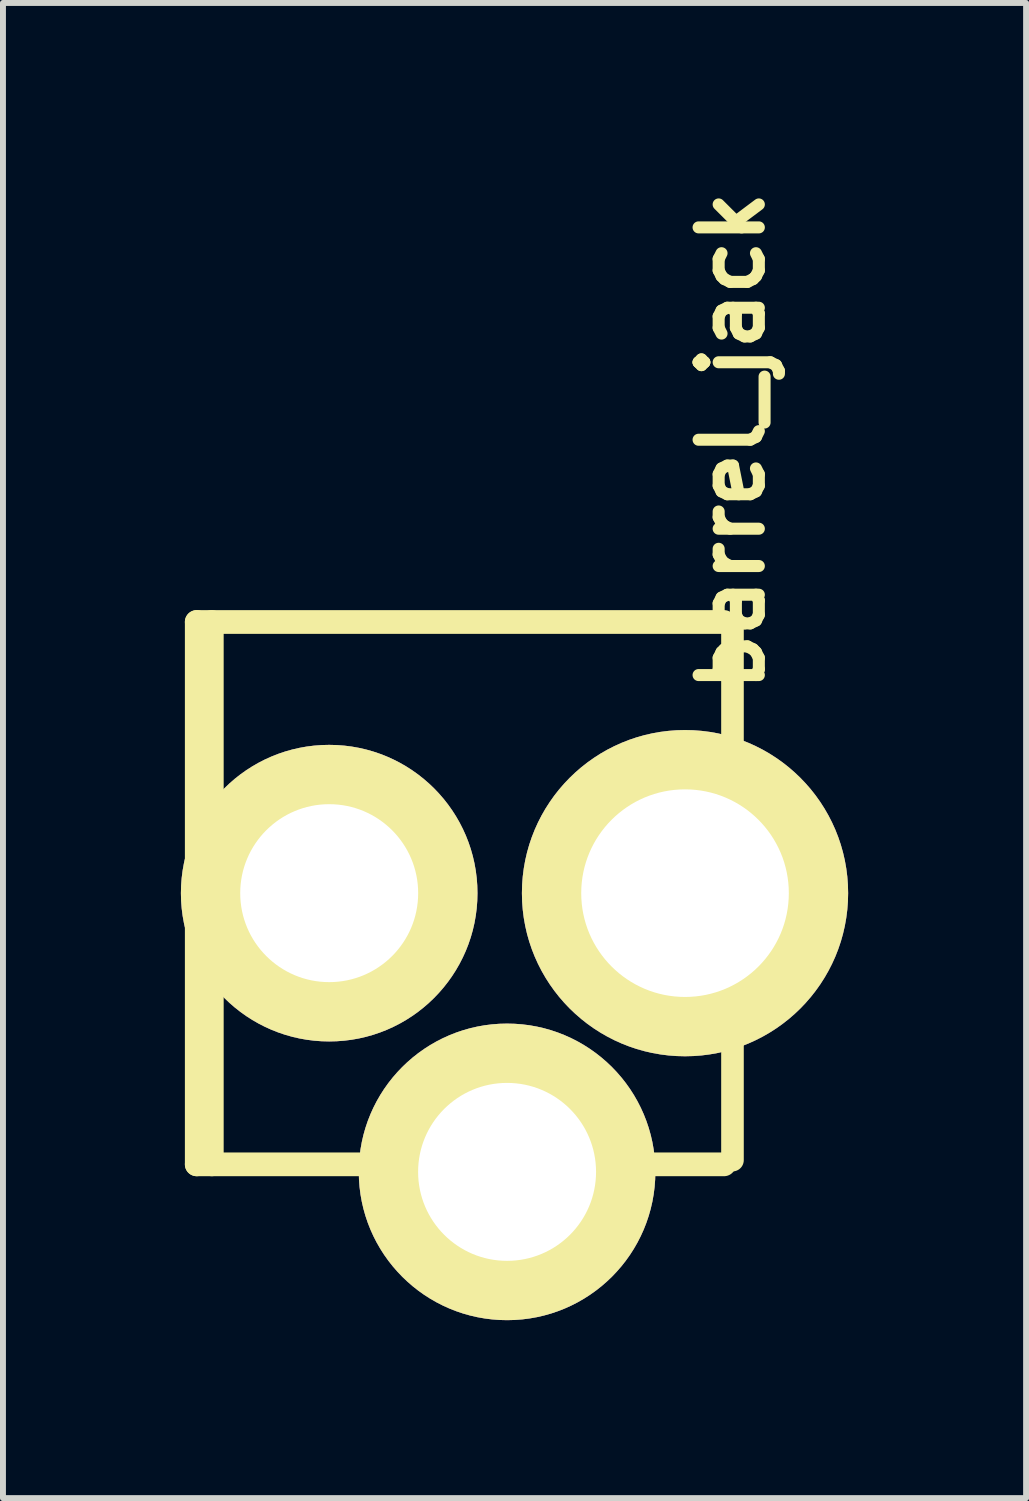
<source format=kicad_pcb>
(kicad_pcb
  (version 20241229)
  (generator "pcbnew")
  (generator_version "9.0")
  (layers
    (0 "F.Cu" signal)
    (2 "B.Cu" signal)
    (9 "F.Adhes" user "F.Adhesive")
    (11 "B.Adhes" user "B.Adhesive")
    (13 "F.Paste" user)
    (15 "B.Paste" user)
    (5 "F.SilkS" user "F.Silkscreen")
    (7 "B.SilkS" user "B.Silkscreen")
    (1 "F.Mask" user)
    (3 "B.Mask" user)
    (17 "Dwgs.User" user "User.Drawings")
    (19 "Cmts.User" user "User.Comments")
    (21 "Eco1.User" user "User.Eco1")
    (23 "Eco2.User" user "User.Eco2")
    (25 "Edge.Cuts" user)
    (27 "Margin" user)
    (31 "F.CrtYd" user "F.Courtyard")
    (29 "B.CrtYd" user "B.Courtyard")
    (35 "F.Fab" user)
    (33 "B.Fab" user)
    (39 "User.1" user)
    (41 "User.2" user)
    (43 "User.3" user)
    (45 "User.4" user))
  (footprint "barrel_jack"
    (layer "F.Cu")
    (at 2.299 12.008)
    (property "Reference" "barrel_jack" (at 6.985 -7.62 90) (layer "F.SilkS") (effects (font (size 1.016 1.016) (thickness 0.203))))
    (attr through_hole)
    (fp_line (start -2.032 -4.572) (end -2.032 4.572) (stroke (width 0.4) (type solid)) (layer "F.SilkS"))
    (fp_line (start -1.778 -4.572) (end -1.778 4.572) (stroke (width 0.4) (type solid)) (layer "F.SilkS"))
    (fp_line (start 6.858 -4.572) (end -2.032 -4.572) (stroke (width 0.4) (type solid)) (layer "F.SilkS"))
    (fp_line (start 6.858 4.572) (end -2.032 4.572) (stroke (width 0.4) (type solid)) (layer "F.SilkS"))
    (fp_line (start 7 4.501) (end 7 -4.501) (stroke (width 0.381) (type solid)) (layer "F.SilkS"))
    (pad "1" thru_hole circle (at 6.2 0) (size 5.5 5.5) (drill 3.5) (layers "*.Cu" "*.Mask" "F.SilkS"))
    (pad "2" thru_hole circle (at 0.201 0) (size 5 5) (drill 3) (layers "*.Cu" "*.Mask" "F.SilkS"))
    (pad "3" thru_hole circle (at 3.2 4.699) (size 5 5) (drill 3) (layers "*.Cu" "*.Mask" "F.SilkS")))
  (gr_rect
    (start -3 -3)
    (end 14.249 22.207)
    (stroke (width 0.1) (type default))
    (fill no)
    (layer "Edge.Cuts")))
</source>
